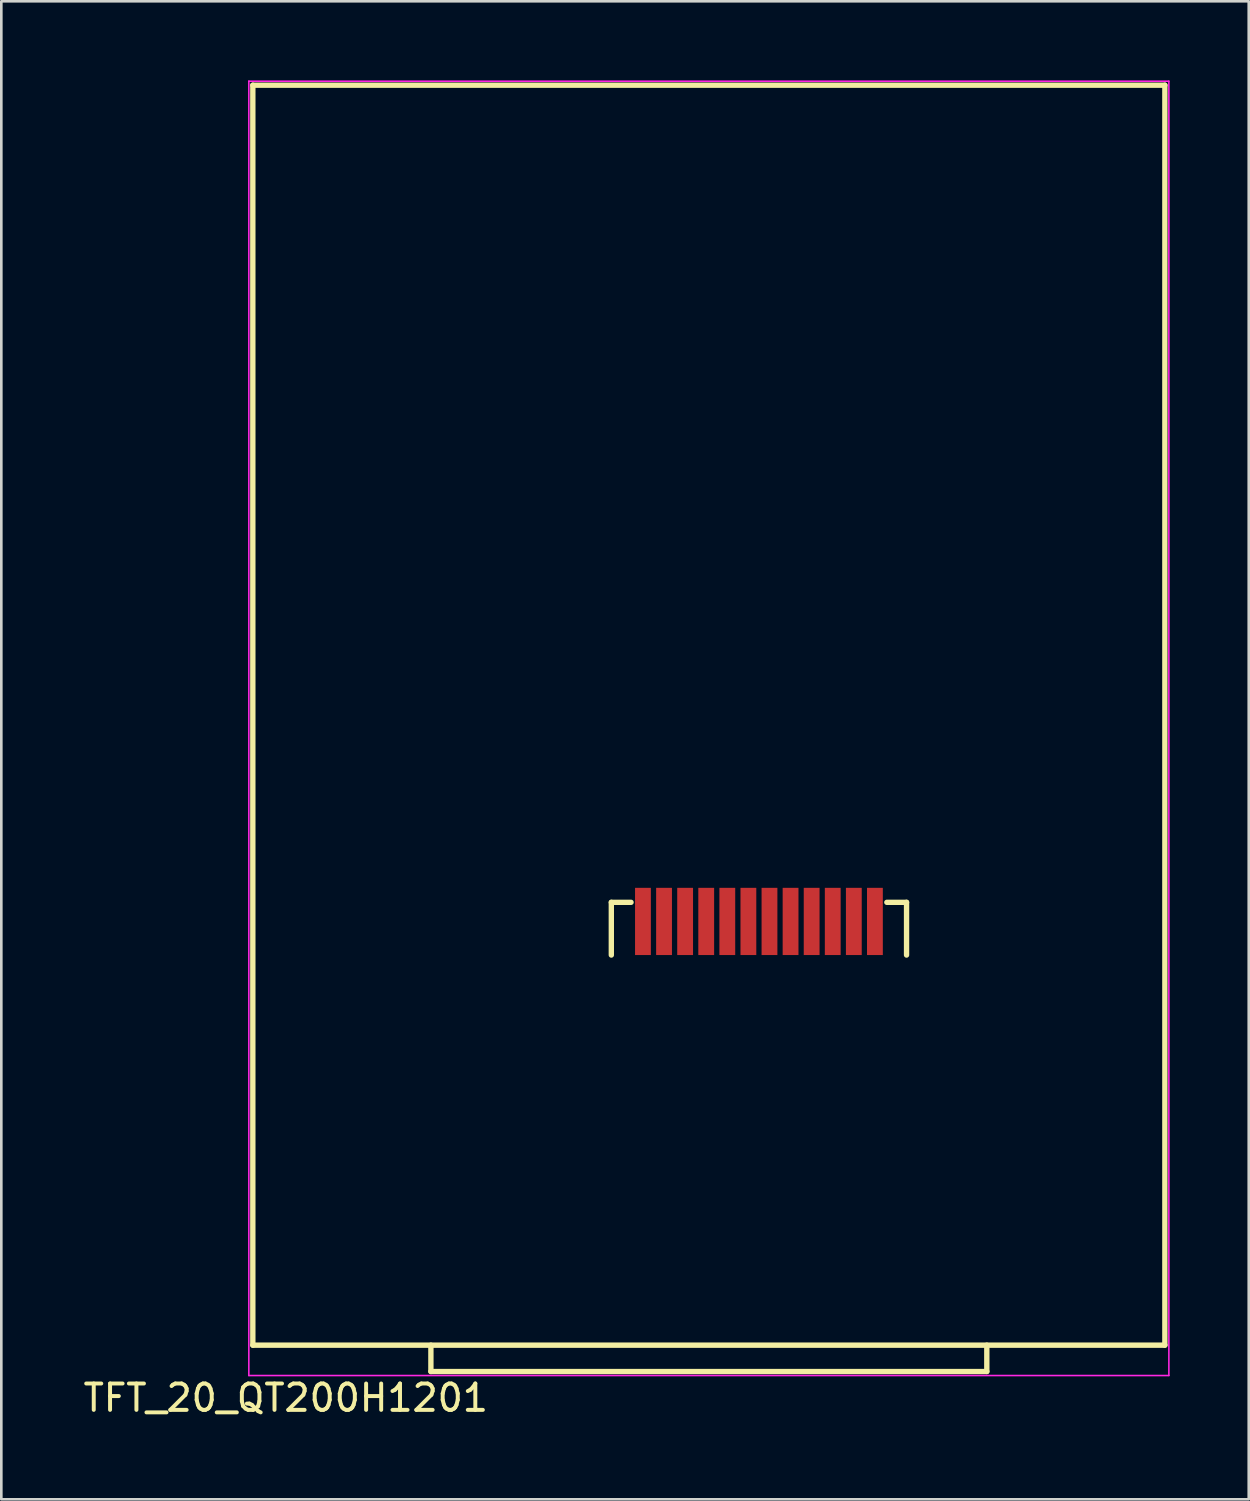
<source format=kicad_pcb>
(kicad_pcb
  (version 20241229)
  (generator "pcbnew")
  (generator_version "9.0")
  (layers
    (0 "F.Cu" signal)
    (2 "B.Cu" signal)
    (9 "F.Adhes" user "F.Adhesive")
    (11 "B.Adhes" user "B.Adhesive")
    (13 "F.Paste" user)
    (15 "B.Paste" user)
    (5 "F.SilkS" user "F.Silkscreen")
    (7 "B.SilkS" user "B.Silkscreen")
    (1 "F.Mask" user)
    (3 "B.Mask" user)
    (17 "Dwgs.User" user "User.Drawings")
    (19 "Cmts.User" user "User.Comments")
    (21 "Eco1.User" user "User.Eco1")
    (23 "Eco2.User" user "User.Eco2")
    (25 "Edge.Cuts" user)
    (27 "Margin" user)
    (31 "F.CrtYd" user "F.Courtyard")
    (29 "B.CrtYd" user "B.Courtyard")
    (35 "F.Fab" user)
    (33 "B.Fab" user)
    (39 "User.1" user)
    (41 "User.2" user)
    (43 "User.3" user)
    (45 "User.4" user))
  (footprint "TFT_20_QT200H1201"
    (layer "F.Cu")
    (at 23.842 24.082)
    (property "Reference" "TFT_20_QT200H1201" (at -16.05 25.9 0) (layer "F.SilkS") (effects (font (size 1 1) (thickness 0.15))))
    (attr smd)
    (fp_line (start -17.3 -23.9) (end 17.3 -23.9) (stroke (width 0.203) (type solid)) (layer "F.SilkS"))
    (fp_line (start -17.3 23.9) (end -17.3 -23.9) (stroke (width 0.203) (type solid)) (layer "F.SilkS"))
    (fp_line (start -17.3 23.9) (end 17.3 23.9) (stroke (width 0.203) (type solid)) (layer "F.SilkS"))
    (fp_line (start -10.545 23.9) (end -10.545 24.9) (stroke (width 0.203) (type solid)) (layer "F.SilkS"))
    (fp_line (start -10.545 24.9) (end 10.545 24.9) (stroke (width 0.203) (type solid)) (layer "F.SilkS"))
    (fp_line (start -3.7 7.1) (end -2.952 7.1) (stroke (width 0.203) (type solid)) (layer "F.SilkS"))
    (fp_line (start -3.7 9.1) (end -3.7 7.1) (stroke (width 0.203) (type solid)) (layer "F.SilkS"))
    (fp_line (start 6.752 7.1) (end 7.5 7.1) (stroke (width 0.203) (type solid)) (layer "F.SilkS"))
    (fp_line (start 7.5 9.1) (end 7.5 7.1) (stroke (width 0.203) (type solid)) (layer "F.SilkS"))
    (fp_line (start 10.545 23.9) (end 10.545 24.9) (stroke (width 0.203) (type solid)) (layer "F.SilkS"))
    (fp_line (start 17.3 23.9) (end 17.3 -23.9) (stroke (width 0.203) (type solid)) (layer "F.SilkS"))
    (fp_line (start -17.452 -24.052) (end -17.452 25.052) (stroke (width 0.06) (type solid)) (layer "F.CrtYd"))
    (fp_line (start -17.452 -24.052) (end 17.452 -24.052) (stroke (width 0.06) (type solid)) (layer "F.CrtYd"))
    (fp_line (start -17.452 25.052) (end 17.452 25.052) (stroke (width 0.06) (type solid)) (layer "F.CrtYd"))
    (fp_line (start 17.452 -24.052) (end 17.452 25.052) (stroke (width 0.06) (type solid)) (layer "F.CrtYd"))
    (pad "1" smd rect (at 6.3 7.825) (size 0.6 2.55) (layers "F.Cu" "F.Mask" "F.Paste"))
    (pad "2" smd rect (at 5.5 7.825) (size 0.6 2.55) (layers "F.Cu" "F.Mask" "F.Paste"))
    (pad "3" smd rect (at 4.7 7.825) (size 0.6 2.55) (layers "F.Cu" "F.Mask" "F.Paste"))
    (pad "4" smd rect (at 3.9 7.825) (size 0.6 2.55) (layers "F.Cu" "F.Mask" "F.Paste"))
    (pad "5" smd rect (at 3.1 7.825) (size 0.6 2.55) (layers "F.Cu" "F.Mask" "F.Paste"))
    (pad "6" smd rect (at 2.3 7.825) (size 0.6 2.55) (layers "F.Cu" "F.Mask" "F.Paste"))
    (pad "7" smd rect (at 1.5 7.825) (size 0.6 2.55) (layers "F.Cu" "F.Mask" "F.Paste"))
    (pad "8" smd rect (at 0.7 7.825) (size 0.6 2.55) (layers "F.Cu" "F.Mask" "F.Paste"))
    (pad "9" smd rect (at -0.1 7.825) (size 0.6 2.55) (layers "F.Cu" "F.Mask" "F.Paste"))
    (pad "10" smd rect (at -0.9 7.825) (size 0.6 2.55) (layers "F.Cu" "F.Mask" "F.Paste"))
    (pad "11" smd rect (at -1.7 7.825) (size 0.6 2.55) (layers "F.Cu" "F.Mask" "F.Paste"))
    (pad "12" smd rect (at -2.5 7.825) (size 0.6 2.55) (layers "F.Cu" "F.Mask" "F.Paste")))
  (gr_rect
    (start -3 -3)
    (end 44.324 53.83)
    (stroke (width 0.1) (type default))
    (fill no)
    (layer "Edge.Cuts")))
</source>
